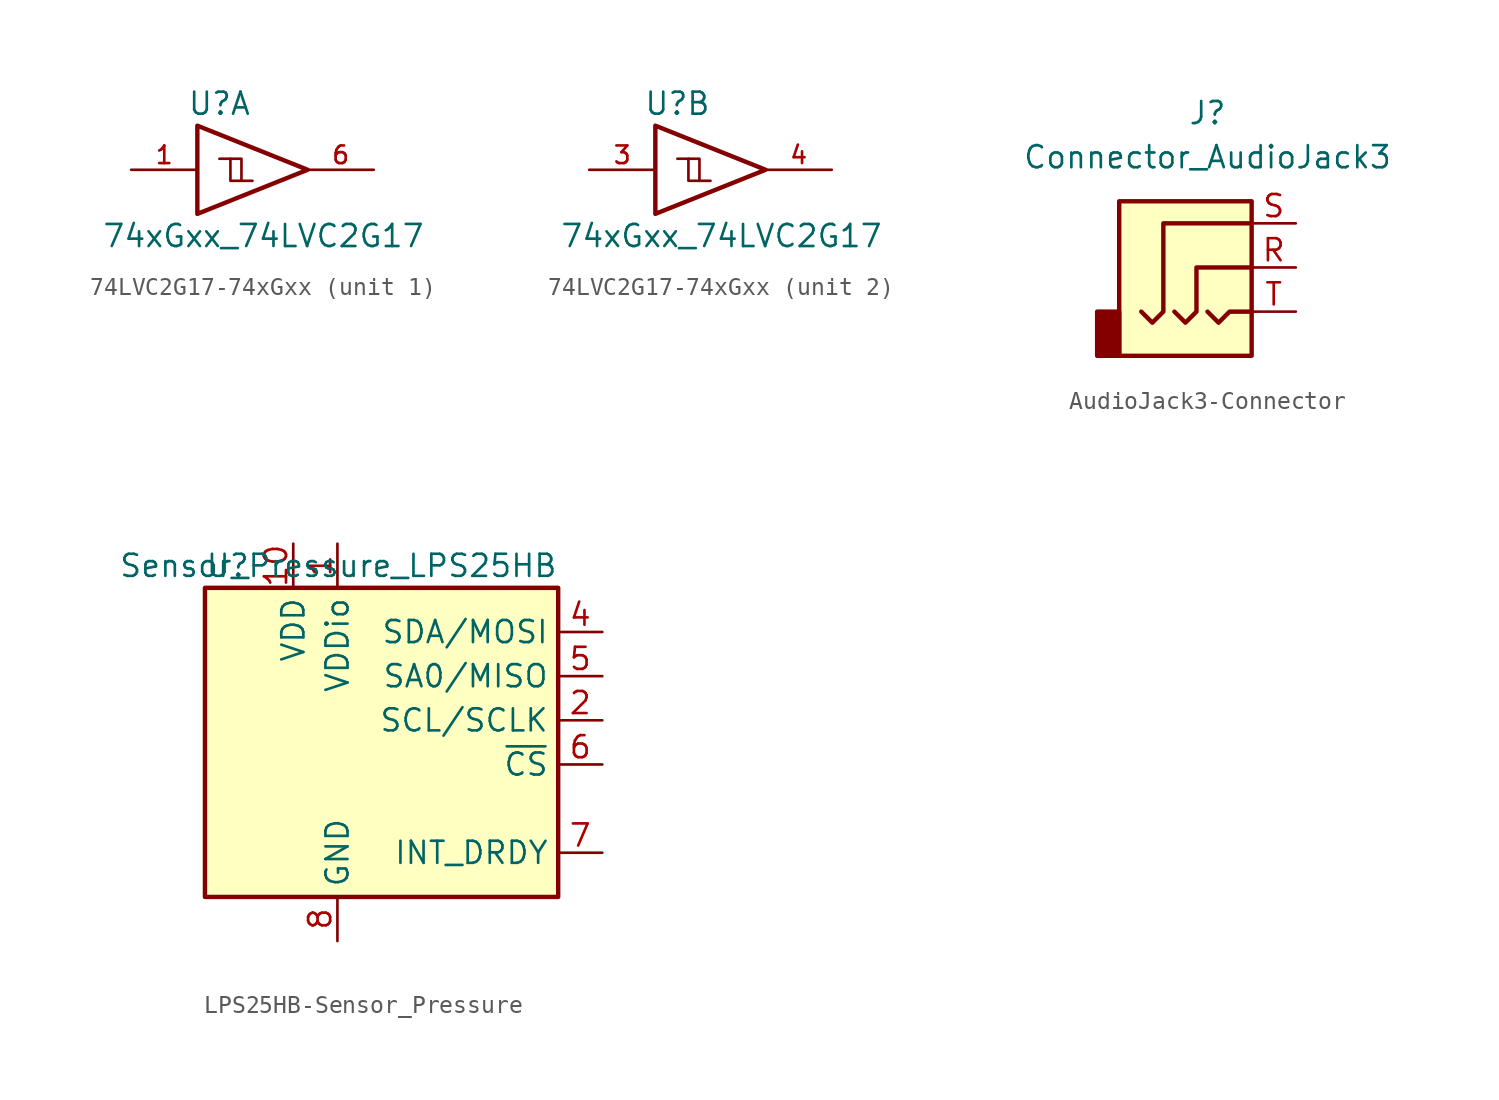
<source format=kicad_sym>
(kicad_symbol_lib
  (version 20241209)
  (generator "kicad_symbol_editor")
  (generator_version "9.0")
  (symbol "74LVC2G17-74xGxx"
    (pin_names
      (offset 1.016))
    (property "Reference" "U"
      (at -2.54 3.81 0)
      (effects (font (size 1.27 1.27))))
    (property "Value" "74xGxx_74LVC2G17"
      (at 0 -3.81 0)
      (effects (font (size 1.27 1.27))))
    (symbol "74LVC2G17-74xGxx_0_1"
      (polyline (pts (xy -3.81 2.54) (xy -3.81 -2.54) (xy 2.54 0) (xy -3.81 2.54)) (stroke (width 0.254) (type solid)) (fill (type none)))
      (polyline (pts (xy -2.54 0.635) (xy -1.905 0.635) (xy -1.905 -0.635) (xy -0.635 -0.635)) (stroke (width 0) (type solid)) (fill (type none)))
      (polyline (pts (xy -1.905 0.635) (xy -1.27 0.635) (xy -1.27 -0.635)) (stroke (width 0) (type solid)) (fill (type none)))
      (pin power_in line (at 0 2.54 90) (length 0) (hide yes) (name "VCC" (effects (font (size 1.016 1.016)))) (number "5" (effects (font (size 1.016 1.016)))))
      (pin power_in line (at 0 -2.54 270) (length 0) (hide yes) (name "GND" (effects (font (size 1.016 1.016)))) (number "2" (effects (font (size 1.016 1.016))))))
    (symbol "74LVC2G17-74xGxx_1_1"
      (pin input line (at -7.62 0 0) (length 3.81) (name "~" (effects (font (size 1.016 1.016)))) (number "1" (effects (font (size 1.016 1.016)))))
      (pin output line (at 6.35 0 180) (length 3.81) (name "~" (effects (font (size 1.016 1.016)))) (number "6" (effects (font (size 1.016 1.016))))))
    (symbol "74LVC2G17-74xGxx_2_1"
      (pin input line (at -7.62 0 0) (length 3.81) (name "~" (effects (font (size 1.016 1.016)))) (number "3" (effects (font (size 1.016 1.016)))))
      (pin output line (at 6.35 0 180) (length 3.81) (name "~" (effects (font (size 1.016 1.016)))) (number "4" (effects (font (size 1.016 1.016)))))))
  (symbol "AudioJack3-Connector"
    (property "Reference" "J"
      (at 0 8.89 0)
      (effects (font (size 1.27 1.27))))
    (property "Value" "Connector_AudioJack3"
      (at 0 6.35 0)
      (effects (font (size 1.27 1.27))))
    (symbol "AudioJack3-Connector_0_1"
      (rectangle (start -5.08 -5.08) (end -6.35 -2.54) (stroke (width 0.254) (type solid)) (fill (type outline)))
      (polyline (pts (xy -1.905 -2.54) (xy -1.27 -3.175) (xy -0.635 -2.54) (xy -0.635 0) (xy 2.54 0)) (stroke (width 0.254) (type solid)) (fill (type none)))
      (polyline (pts (xy 0 -2.54) (xy 0.635 -3.175) (xy 1.27 -2.54) (xy 2.54 -2.54)) (stroke (width 0.254) (type solid)) (fill (type none)))
      (rectangle (start 2.54 3.81) (end -5.08 -5.08) (stroke (width 0.254) (type solid)) (fill (type background)))
      (polyline (pts (xy 2.54 2.54) (xy -2.54 2.54) (xy -2.54 -2.54) (xy -3.175 -3.175) (xy -3.81 -2.54)) (stroke (width 0.254) (type solid)) (fill (type none))))
    (symbol "AudioJack3-Connector_1_1"
      (pin passive line (at 5.08 2.54 180) (length 2.54) (name "~" (effects (font (size 1.27 1.27)))) (number "S" (effects (font (size 1.27 1.27)))))
      (pin passive line (at 5.08 0 180) (length 2.54) (name "~" (effects (font (size 1.27 1.27)))) (number "R" (effects (font (size 1.27 1.27)))))
      (pin passive line (at 5.08 -2.54 180) (length 2.54) (name "~" (effects (font (size 1.27 1.27)))) (number "T" (effects (font (size 1.27 1.27)))))))
  (symbol "LPS25HB-Sensor_Pressure"
    (property "Reference" "U"
      (at -10.16 8.89 0)
      (effects (font (size 1.27 1.27)) (justify left)))
    (property "Value" "Sensor_Pressure_LPS25HB"
      (at 10.16 8.89 0)
      (effects (font (size 1.27 1.27)) (justify right)))
    (symbol "LPS25HB-Sensor_Pressure_0_1"
      (rectangle (start -10.16 7.62) (end 10.16 -10.16) (stroke (width 0.254) (type solid)) (fill (type background))))
    (symbol "LPS25HB-Sensor_Pressure_1_1"
      (pin power_in line (at -5.08 10.16 270) (length 2.54) (name "VDD" (effects (font (size 1.27 1.27)))) (number "10" (effects (font (size 1.27 1.27)))))
      (pin power_in line (at -2.54 10.16 270) (length 2.54) (name "VDDio" (effects (font (size 1.27 1.27)))) (number "1" (effects (font (size 1.27 1.27)))))
      (pin passive line (at -2.54 -12.7 90) (length 2.54) (hide yes) (name "GND" (effects (font (size 1.27 1.27)))) (number "3" (effects (font (size 1.27 1.27)))))
      (pin power_in line (at -2.54 -12.7 90) (length 2.54) (name "GND" (effects (font (size 1.27 1.27)))) (number "8" (effects (font (size 1.27 1.27)))))
      (pin passive line (at -2.54 -12.7 90) (length 2.54) (hide yes) (name "GND" (effects (font (size 1.27 1.27)))) (number "9" (effects (font (size 1.27 1.27)))))
      (pin bidirectional line (at 12.7 5.08 180) (length 2.54) (name "SDA/MOSI" (effects (font (size 1.27 1.27)))) (number "4" (effects (font (size 1.27 1.27)))))
      (pin bidirectional line (at 12.7 2.54 180) (length 2.54) (name "SA0/MISO" (effects (font (size 1.27 1.27)))) (number "5" (effects (font (size 1.27 1.27)))))
      (pin input line (at 12.7 0 180) (length 2.54) (name "SCL/SCLK" (effects (font (size 1.27 1.27)))) (number "2" (effects (font (size 1.27 1.27)))))
      (pin input line (at 12.7 -2.54 180) (length 2.54) (name "~{CS}" (effects (font (size 1.27 1.27)))) (number "6" (effects (font (size 1.27 1.27)))))
      (pin output line (at 12.7 -7.62 180) (length 2.54) (name "INT_DRDY" (effects (font (size 1.27 1.27)))) (number "7" (effects (font (size 1.27 1.27))))))))
</source>
